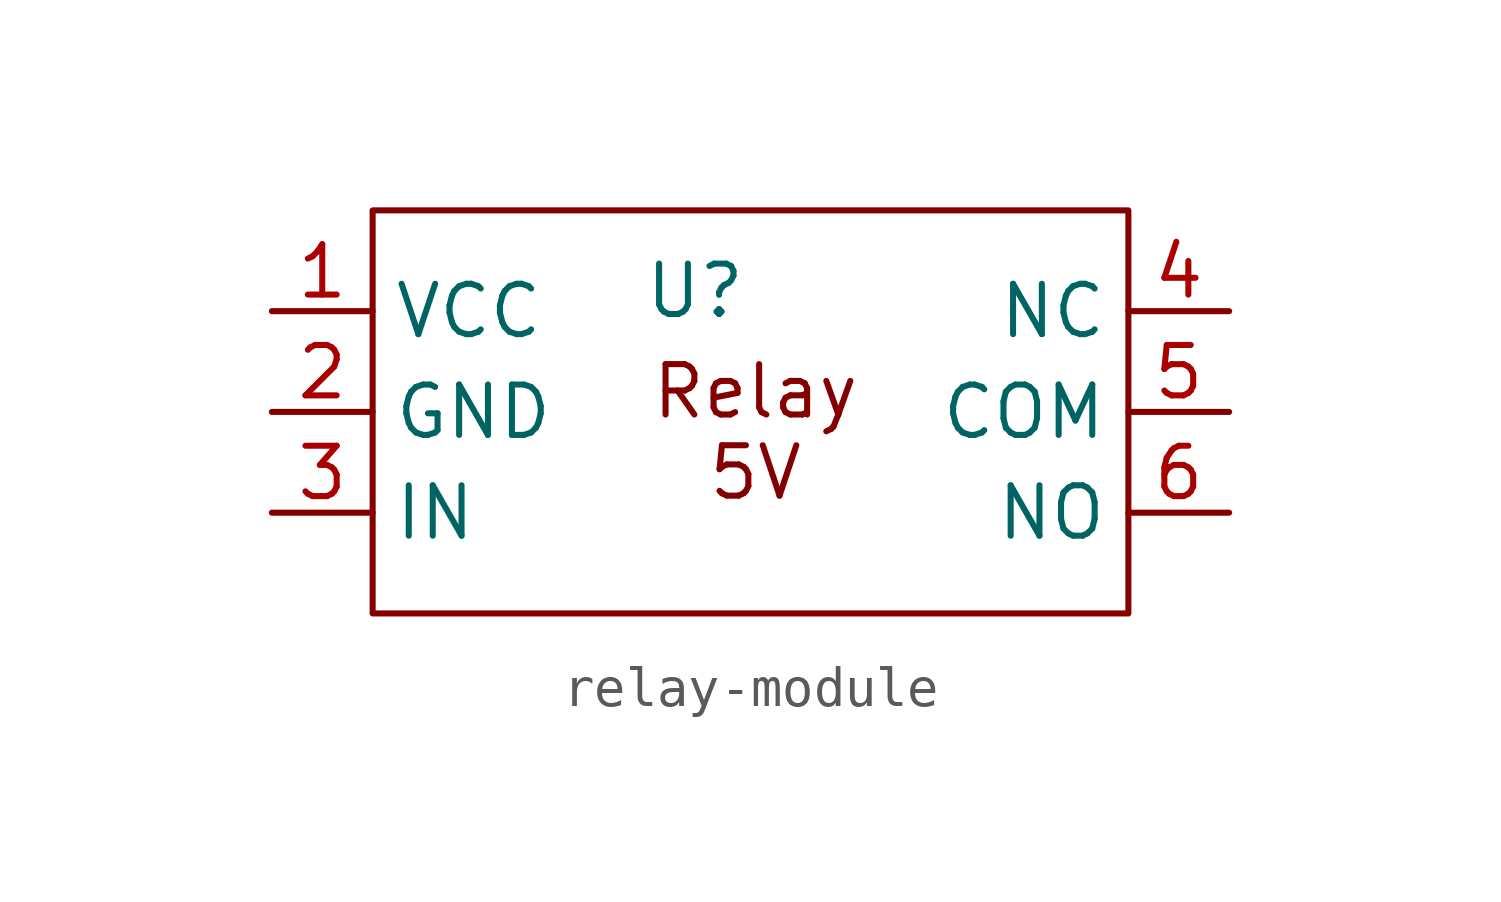
<source format=kicad_sym>
(kicad_symbol_lib
  (version 20231120)
  (generator "kicad_symbol_editor")
  (generator_version "8.0")
  (symbol "relay-module"
    (property "Reference" "U"
      (at 8.128 -2.032 0)
      (effects (font (size 1.27 1.27))))
    (property "Value" ""
      (at -1.27 0 0)
      (effects (font (size 1.27 1.27))))
    (symbol "relay-module_0_1"
      (rectangle (start 0 0) (end 19.05 -10.16) (stroke (width 0) (type default)) (fill (type none))))
    (symbol "relay-module_1_1"
      (text "Relay\n5V" (at 9.652 -5.588 0) (effects (font (size 1.27 1.27))))
      (pin power_in line (at -2.54 -2.54 0) (length 2.54) (name "VCC" (effects (font (size 1.27 1.27)))) (number "1" (effects (font (size 1.27 1.27)))))
      (pin power_in line (at -2.54 -5.08 0) (length 2.54) (name "GND" (effects (font (size 1.27 1.27)))) (number "2" (effects (font (size 1.27 1.27)))))
      (pin input line (at -2.54 -7.62 0) (length 2.54) (name "IN" (effects (font (size 1.27 1.27)))) (number "3" (effects (font (size 1.27 1.27)))))
      (pin output line (at 21.59 -2.54 180) (length 2.54) (name "NC" (effects (font (size 1.27 1.27)))) (number "4" (effects (font (size 1.27 1.27)))))
      (pin output line (at 21.59 -5.08 180) (length 2.54) (name "COM" (effects (font (size 1.27 1.27)))) (number "5" (effects (font (size 1.27 1.27)))))
      (pin output line (at 21.59 -7.62 180) (length 2.54) (name "NO" (effects (font (size 1.27 1.27)))) (number "6" (effects (font (size 1.27 1.27))))))))
</source>
